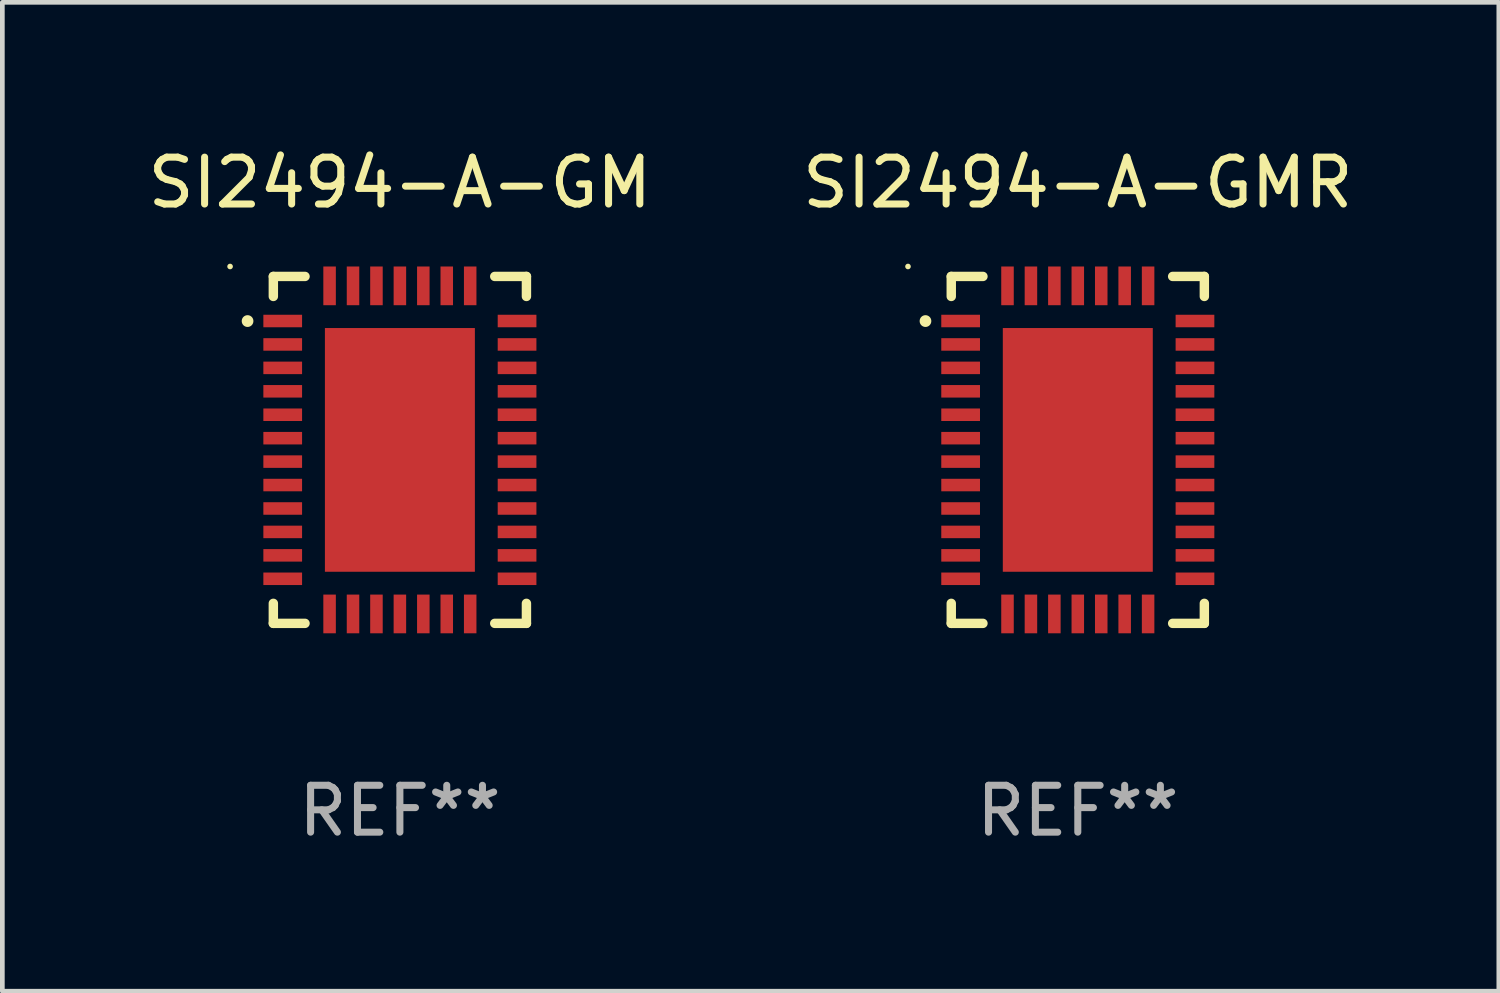
<source format=kicad_pcb>
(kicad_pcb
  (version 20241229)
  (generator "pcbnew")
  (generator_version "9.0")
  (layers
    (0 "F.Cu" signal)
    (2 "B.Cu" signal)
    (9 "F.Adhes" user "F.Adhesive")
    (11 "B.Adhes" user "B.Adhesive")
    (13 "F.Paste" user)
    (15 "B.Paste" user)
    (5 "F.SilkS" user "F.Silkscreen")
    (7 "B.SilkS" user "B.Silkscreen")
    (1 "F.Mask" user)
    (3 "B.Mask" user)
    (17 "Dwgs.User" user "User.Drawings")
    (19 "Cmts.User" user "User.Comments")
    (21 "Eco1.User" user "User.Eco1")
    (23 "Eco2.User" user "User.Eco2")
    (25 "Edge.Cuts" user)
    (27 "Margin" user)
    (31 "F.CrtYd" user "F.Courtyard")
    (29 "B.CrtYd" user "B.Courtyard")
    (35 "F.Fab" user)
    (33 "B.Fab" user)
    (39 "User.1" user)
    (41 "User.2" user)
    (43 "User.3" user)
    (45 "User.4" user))
  (footprint "SI2494-A-GM"
    (layer "F.Cu")
    (at 5.482 6.549)
    (property "Reference" "SI2494-A-GM" (at 0 -5.701 0) (layer "F.SilkS") (effects (font (size 1 1) (thickness 0.15))))
    (attr through_hole)
    (fp_line (start -2.7 -3.701) (end -2.024 -3.701) (stroke (width 0.201) (type solid)) (layer "F.SilkS"))
    (fp_line (start -2.7 -3.274) (end -2.7 -3.701) (stroke (width 0.201) (type solid)) (layer "F.SilkS"))
    (fp_line (start -2.7 3.274) (end -2.7 3.701) (stroke (width 0.201) (type solid)) (layer "F.SilkS"))
    (fp_line (start -2.7 3.701) (end -2.024 3.701) (stroke (width 0.201) (type solid)) (layer "F.SilkS"))
    (fp_line (start 2.024 -3.701) (end 2.7 -3.701) (stroke (width 0.201) (type solid)) (layer "F.SilkS"))
    (fp_line (start 2.024 3.701) (end 2.7 3.701) (stroke (width 0.201) (type solid)) (layer "F.SilkS"))
    (fp_line (start 2.7 -3.701) (end 2.7 -3.274) (stroke (width 0.201) (type solid)) (layer "F.SilkS"))
    (fp_line (start 2.7 3.701) (end 2.7 3.274) (stroke (width 0.201) (type solid)) (layer "F.SilkS"))
    (fp_arc (start -3.250013 -2.747473) (mid -3.250019 -2.748743) (end -3.250013 -2.750013) (stroke (width 0.24892) (type solid)) (layer "F.SilkS"))
    (fp_circle (center -3.623 -3.913) (end -3.593 -3.913) (stroke (width 0.06) (type solid)) (fill no) (layer "F.SilkS"))
    (fp_text user "REF**" (at 0 7.701 0) (layer "F.Fab") (effects (font (size 1 1) (thickness 0.15))))
    (pad "1" smd rect (at -2.5 -2.75 90) (size 0.267 0.826) (layers "F.Cu" "F.Mask" "F.Paste"))
    (pad "2" smd rect (at -2.5 -2.25 90) (size 0.267 0.826) (layers "F.Cu" "F.Mask" "F.Paste"))
    (pad "3" smd rect (at -2.5 -1.75 90) (size 0.267 0.826) (layers "F.Cu" "F.Mask" "F.Paste"))
    (pad "4" smd rect (at -2.5 -1.25 90) (size 0.267 0.826) (layers "F.Cu" "F.Mask" "F.Paste"))
    (pad "5" smd rect (at -2.5 -0.75 90) (size 0.267 0.826) (layers "F.Cu" "F.Mask" "F.Paste"))
    (pad "6" smd rect (at -2.5 -0.25 90) (size 0.267 0.826) (layers "F.Cu" "F.Mask" "F.Paste"))
    (pad "7" smd rect (at -2.5 0.25 90) (size 0.267 0.826) (layers "F.Cu" "F.Mask" "F.Paste"))
    (pad "8" smd rect (at -2.5 0.75 90) (size 0.267 0.826) (layers "F.Cu" "F.Mask" "F.Paste"))
    (pad "9" smd rect (at -2.5 1.25 90) (size 0.267 0.826) (layers "F.Cu" "F.Mask" "F.Paste"))
    (pad "10" smd rect (at -2.5 1.75 90) (size 0.267 0.826) (layers "F.Cu" "F.Mask" "F.Paste"))
    (pad "11" smd rect (at -2.5 2.25 90) (size 0.267 0.826) (layers "F.Cu" "F.Mask" "F.Paste"))
    (pad "12" smd rect (at -2.5 2.75 90) (size 0.267 0.826) (layers "F.Cu" "F.Mask" "F.Paste"))
    (pad "13" smd rect (at -1.5 3.5) (size 0.267 0.826) (layers "F.Cu" "F.Mask" "F.Paste"))
    (pad "14" smd rect (at -1 3.5) (size 0.267 0.826) (layers "F.Cu" "F.Mask" "F.Paste"))
    (pad "15" smd rect (at -0.5 3.5) (size 0.267 0.826) (layers "F.Cu" "F.Mask" "F.Paste"))
    (pad "16" smd rect (at 0 3.5) (size 0.267 0.826) (layers "F.Cu" "F.Mask" "F.Paste"))
    (pad "17" smd rect (at 0.5 3.5) (size 0.267 0.826) (layers "F.Cu" "F.Mask" "F.Paste"))
    (pad "18" smd rect (at 1 3.5) (size 0.267 0.826) (layers "F.Cu" "F.Mask" "F.Paste"))
    (pad "19" smd rect (at 1.5 3.5) (size 0.267 0.826) (layers "F.Cu" "F.Mask" "F.Paste"))
    (pad "20" smd rect (at 2.5 2.75 90) (size 0.267 0.826) (layers "F.Cu" "F.Mask" "F.Paste"))
    (pad "21" smd rect (at 2.5 2.25 90) (size 0.267 0.826) (layers "F.Cu" "F.Mask" "F.Paste"))
    (pad "22" smd rect (at 2.5 1.75 90) (size 0.267 0.826) (layers "F.Cu" "F.Mask" "F.Paste"))
    (pad "23" smd rect (at 2.5 1.25 90) (size 0.267 0.826) (layers "F.Cu" "F.Mask" "F.Paste"))
    (pad "24" smd rect (at 2.5 0.75 90) (size 0.267 0.826) (layers "F.Cu" "F.Mask" "F.Paste"))
    (pad "25" smd rect (at 2.5 0.25 90) (size 0.267 0.826) (layers "F.Cu" "F.Mask" "F.Paste"))
    (pad "26" smd rect (at 2.5 -0.25 90) (size 0.267 0.826) (layers "F.Cu" "F.Mask" "F.Paste"))
    (pad "27" smd rect (at 2.5 -0.75 90) (size 0.267 0.826) (layers "F.Cu" "F.Mask" "F.Paste"))
    (pad "28" smd rect (at 2.5 -1.25 90) (size 0.267 0.826) (layers "F.Cu" "F.Mask" "F.Paste"))
    (pad "29" smd rect (at 2.5 -1.75 90) (size 0.267 0.826) (layers "F.Cu" "F.Mask" "F.Paste"))
    (pad "30" smd rect (at 2.5 -2.25 90) (size 0.267 0.826) (layers "F.Cu" "F.Mask" "F.Paste"))
    (pad "31" smd rect (at 2.5 -2.75 90) (size 0.267 0.826) (layers "F.Cu" "F.Mask" "F.Paste"))
    (pad "32" smd rect (at 1.5 -3.5) (size 0.267 0.826) (layers "F.Cu" "F.Mask" "F.Paste"))
    (pad "33" smd rect (at 1 -3.5) (size 0.267 0.826) (layers "F.Cu" "F.Mask" "F.Paste"))
    (pad "34" smd rect (at 0.5 -3.5) (size 0.267 0.826) (layers "F.Cu" "F.Mask" "F.Paste"))
    (pad "35" smd rect (at 0 -3.5) (size 0.267 0.826) (layers "F.Cu" "F.Mask" "F.Paste"))
    (pad "36" smd rect (at -0.5 -3.5) (size 0.267 0.826) (layers "F.Cu" "F.Mask" "F.Paste"))
    (pad "37" smd rect (at -1 -3.5) (size 0.267 0.826) (layers "F.Cu" "F.Mask" "F.Paste"))
    (pad "38" smd rect (at -1.5 -3.5) (size 0.267 0.826) (layers "F.Cu" "F.Mask" "F.Paste"))
    (pad "39" smd rect (at 0 0) (size 3.2 5.2) (layers "F.Cu" "F.Mask" "F.Paste")))
  (footprint "SI2494-A-GMR"
    (layer "F.Cu")
    (at 19.946 6.549)
    (property "Reference" "SI2494-A-GMR" (at 0 -5.701 0) (layer "F.SilkS") (effects (font (size 1 1) (thickness 0.15))))
    (attr through_hole)
    (fp_line (start -2.7 -3.701) (end -2.024 -3.701) (stroke (width 0.201) (type solid)) (layer "F.SilkS"))
    (fp_line (start -2.7 -3.274) (end -2.7 -3.701) (stroke (width 0.201) (type solid)) (layer "F.SilkS"))
    (fp_line (start -2.7 3.274) (end -2.7 3.701) (stroke (width 0.201) (type solid)) (layer "F.SilkS"))
    (fp_line (start -2.7 3.701) (end -2.024 3.701) (stroke (width 0.201) (type solid)) (layer "F.SilkS"))
    (fp_line (start 2.024 -3.701) (end 2.7 -3.701) (stroke (width 0.201) (type solid)) (layer "F.SilkS"))
    (fp_line (start 2.024 3.701) (end 2.7 3.701) (stroke (width 0.201) (type solid)) (layer "F.SilkS"))
    (fp_line (start 2.7 -3.701) (end 2.7 -3.274) (stroke (width 0.201) (type solid)) (layer "F.SilkS"))
    (fp_line (start 2.7 3.701) (end 2.7 3.274) (stroke (width 0.201) (type solid)) (layer "F.SilkS"))
    (fp_arc (start -3.250013 -2.747473) (mid -3.250019 -2.748743) (end -3.250013 -2.750013) (stroke (width 0.24892) (type solid)) (layer "F.SilkS"))
    (fp_circle (center -3.623 -3.913) (end -3.593 -3.913) (stroke (width 0.06) (type solid)) (fill no) (layer "F.SilkS"))
    (fp_text user "REF**" (at 0 7.701 0) (layer "F.Fab") (effects (font (size 1 1) (thickness 0.15))))
    (pad "1" smd rect (at -2.5 -2.75 90) (size 0.267 0.826) (layers "F.Cu" "F.Mask" "F.Paste"))
    (pad "2" smd rect (at -2.5 -2.25 90) (size 0.267 0.826) (layers "F.Cu" "F.Mask" "F.Paste"))
    (pad "3" smd rect (at -2.5 -1.75 90) (size 0.267 0.826) (layers "F.Cu" "F.Mask" "F.Paste"))
    (pad "4" smd rect (at -2.5 -1.25 90) (size 0.267 0.826) (layers "F.Cu" "F.Mask" "F.Paste"))
    (pad "5" smd rect (at -2.5 -0.75 90) (size 0.267 0.826) (layers "F.Cu" "F.Mask" "F.Paste"))
    (pad "6" smd rect (at -2.5 -0.25 90) (size 0.267 0.826) (layers "F.Cu" "F.Mask" "F.Paste"))
    (pad "7" smd rect (at -2.5 0.25 90) (size 0.267 0.826) (layers "F.Cu" "F.Mask" "F.Paste"))
    (pad "8" smd rect (at -2.5 0.75 90) (size 0.267 0.826) (layers "F.Cu" "F.Mask" "F.Paste"))
    (pad "9" smd rect (at -2.5 1.25 90) (size 0.267 0.826) (layers "F.Cu" "F.Mask" "F.Paste"))
    (pad "10" smd rect (at -2.5 1.75 90) (size 0.267 0.826) (layers "F.Cu" "F.Mask" "F.Paste"))
    (pad "11" smd rect (at -2.5 2.25 90) (size 0.267 0.826) (layers "F.Cu" "F.Mask" "F.Paste"))
    (pad "12" smd rect (at -2.5 2.75 90) (size 0.267 0.826) (layers "F.Cu" "F.Mask" "F.Paste"))
    (pad "13" smd rect (at -1.5 3.5) (size 0.267 0.826) (layers "F.Cu" "F.Mask" "F.Paste"))
    (pad "14" smd rect (at -1 3.5) (size 0.267 0.826) (layers "F.Cu" "F.Mask" "F.Paste"))
    (pad "15" smd rect (at -0.5 3.5) (size 0.267 0.826) (layers "F.Cu" "F.Mask" "F.Paste"))
    (pad "16" smd rect (at 0 3.5) (size 0.267 0.826) (layers "F.Cu" "F.Mask" "F.Paste"))
    (pad "17" smd rect (at 0.5 3.5) (size 0.267 0.826) (layers "F.Cu" "F.Mask" "F.Paste"))
    (pad "18" smd rect (at 1 3.5) (size 0.267 0.826) (layers "F.Cu" "F.Mask" "F.Paste"))
    (pad "19" smd rect (at 1.5 3.5) (size 0.267 0.826) (layers "F.Cu" "F.Mask" "F.Paste"))
    (pad "20" smd rect (at 2.5 2.75 90) (size 0.267 0.826) (layers "F.Cu" "F.Mask" "F.Paste"))
    (pad "21" smd rect (at 2.5 2.25 90) (size 0.267 0.826) (layers "F.Cu" "F.Mask" "F.Paste"))
    (pad "22" smd rect (at 2.5 1.75 90) (size 0.267 0.826) (layers "F.Cu" "F.Mask" "F.Paste"))
    (pad "23" smd rect (at 2.5 1.25 90) (size 0.267 0.826) (layers "F.Cu" "F.Mask" "F.Paste"))
    (pad "24" smd rect (at 2.5 0.75 90) (size 0.267 0.826) (layers "F.Cu" "F.Mask" "F.Paste"))
    (pad "25" smd rect (at 2.5 0.25 90) (size 0.267 0.826) (layers "F.Cu" "F.Mask" "F.Paste"))
    (pad "26" smd rect (at 2.5 -0.25 90) (size 0.267 0.826) (layers "F.Cu" "F.Mask" "F.Paste"))
    (pad "27" smd rect (at 2.5 -0.75 90) (size 0.267 0.826) (layers "F.Cu" "F.Mask" "F.Paste"))
    (pad "28" smd rect (at 2.5 -1.25 90) (size 0.267 0.826) (layers "F.Cu" "F.Mask" "F.Paste"))
    (pad "29" smd rect (at 2.5 -1.75 90) (size 0.267 0.826) (layers "F.Cu" "F.Mask" "F.Paste"))
    (pad "30" smd rect (at 2.5 -2.25 90) (size 0.267 0.826) (layers "F.Cu" "F.Mask" "F.Paste"))
    (pad "31" smd rect (at 2.5 -2.75 90) (size 0.267 0.826) (layers "F.Cu" "F.Mask" "F.Paste"))
    (pad "32" smd rect (at 1.5 -3.5) (size 0.267 0.826) (layers "F.Cu" "F.Mask" "F.Paste"))
    (pad "33" smd rect (at 1 -3.5) (size 0.267 0.826) (layers "F.Cu" "F.Mask" "F.Paste"))
    (pad "34" smd rect (at 0.5 -3.5) (size 0.267 0.826) (layers "F.Cu" "F.Mask" "F.Paste"))
    (pad "35" smd rect (at 0 -3.5) (size 0.267 0.826) (layers "F.Cu" "F.Mask" "F.Paste"))
    (pad "36" smd rect (at -0.5 -3.5) (size 0.267 0.826) (layers "F.Cu" "F.Mask" "F.Paste"))
    (pad "37" smd rect (at -1 -3.5) (size 0.267 0.826) (layers "F.Cu" "F.Mask" "F.Paste"))
    (pad "38" smd rect (at -1.5 -3.5) (size 0.267 0.826) (layers "F.Cu" "F.Mask" "F.Paste"))
    (pad "39" smd rect (at 0 0) (size 3.2 5.2) (layers "F.Cu" "F.Mask" "F.Paste")))
  (gr_rect
    (start -3 -3)
    (end 28.929 18.098)
    (stroke (width 0.1) (type default))
    (fill no)
    (layer "Edge.Cuts")))
</source>
